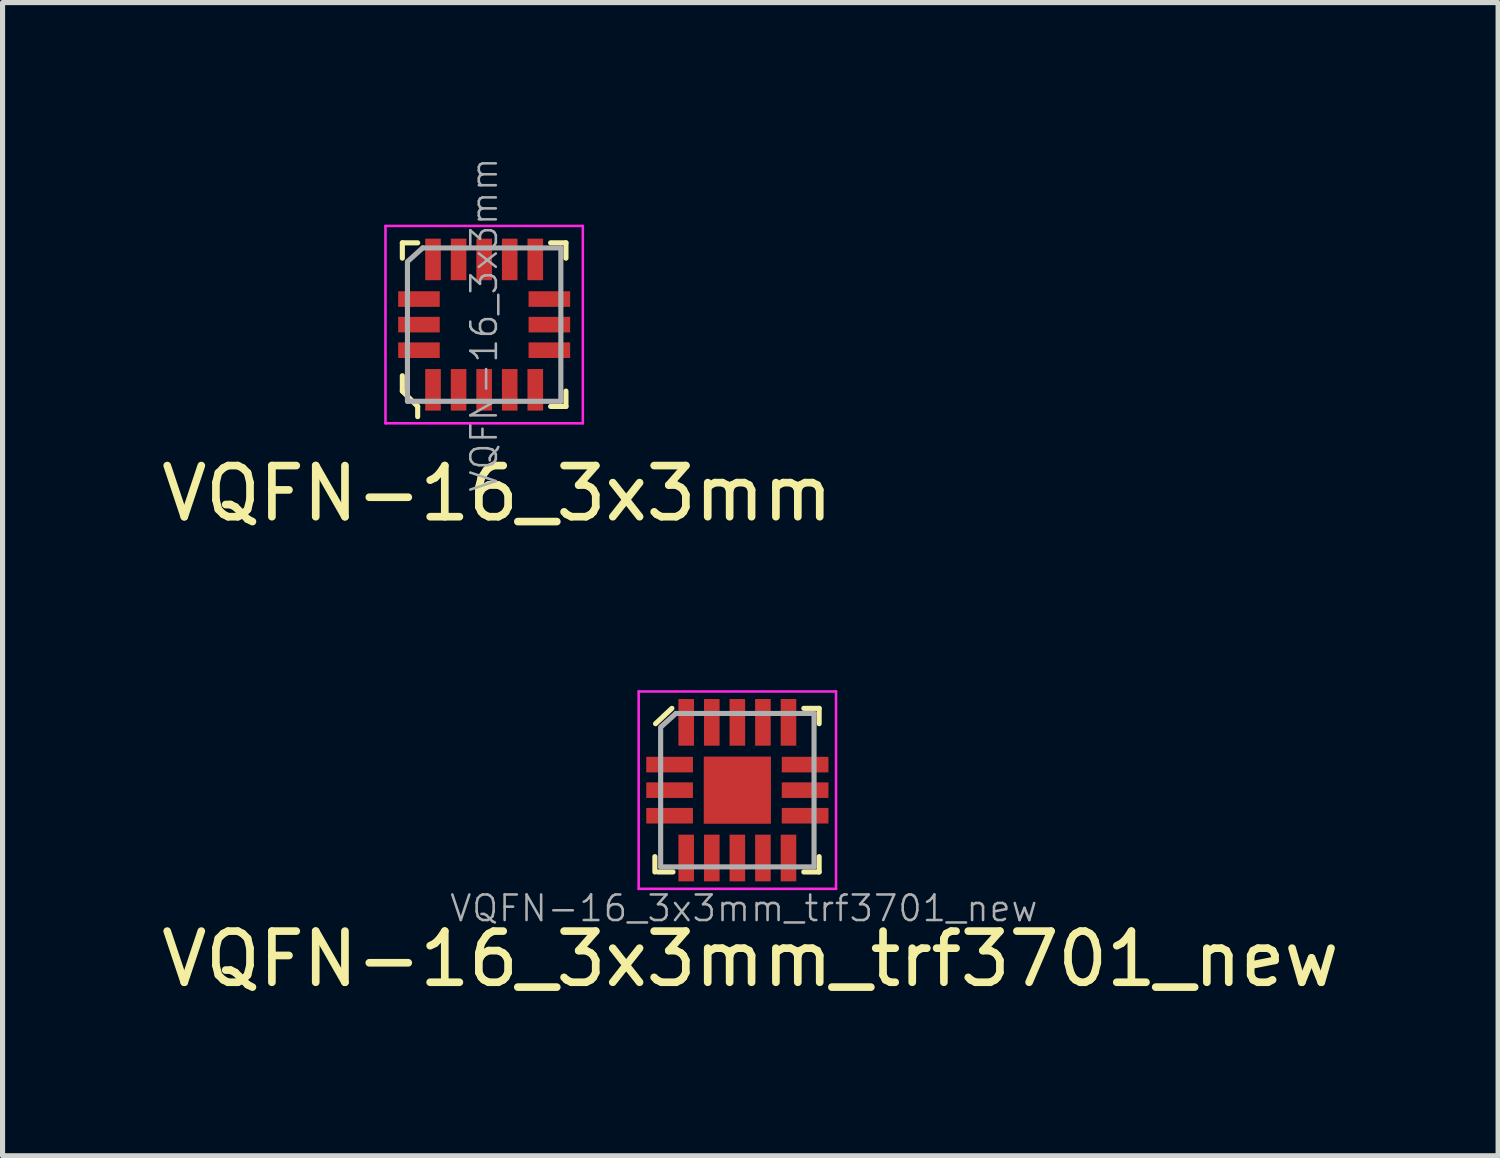
<source format=kicad_pcb>
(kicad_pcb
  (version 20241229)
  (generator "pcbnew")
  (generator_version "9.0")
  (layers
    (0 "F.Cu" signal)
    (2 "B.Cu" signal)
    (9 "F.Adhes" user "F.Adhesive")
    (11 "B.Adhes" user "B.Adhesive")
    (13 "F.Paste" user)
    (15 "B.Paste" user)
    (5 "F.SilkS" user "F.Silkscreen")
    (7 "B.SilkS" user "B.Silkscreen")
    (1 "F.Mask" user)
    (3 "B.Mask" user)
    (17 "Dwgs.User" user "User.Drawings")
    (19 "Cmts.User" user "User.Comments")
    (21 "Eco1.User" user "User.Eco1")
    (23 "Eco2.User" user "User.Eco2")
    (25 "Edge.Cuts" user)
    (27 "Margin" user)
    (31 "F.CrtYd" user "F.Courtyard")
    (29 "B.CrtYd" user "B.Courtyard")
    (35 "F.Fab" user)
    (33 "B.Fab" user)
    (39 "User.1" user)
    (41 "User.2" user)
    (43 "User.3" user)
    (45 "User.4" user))
  (footprint "VQFN-16_3x3mm_trf3701_new"
    (layer "F.Cu")
    (at 11.371 11.642)
    (property "Reference" "VQFN-16_3x3mm_trf3701_new" (at 0.254 4.064 180) (layer "F.SilkS") (effects (font (size 1 1) (thickness 0.15))))
    (attr through_hole)
    (fp_line (start -1.613 2.362) (end -1.613 2.062) (stroke (width 0.1) (type solid)) (layer "F.SilkS"))
    (fp_line (start -1.28 -0.838) (end -1.6 -0.538) (stroke (width 0.1) (type solid)) (layer "F.SilkS"))
    (fp_line (start -1.258 2.362) (end -1.558 2.362) (stroke (width 0.1) (type solid)) (layer "F.SilkS"))
    (fp_line (start 1.6 -0.838) (end 1.3 -0.838) (stroke (width 0.1) (type solid)) (layer "F.SilkS"))
    (fp_line (start 1.6 -0.838) (end 1.6 -0.538) (stroke (width 0.1) (type solid)) (layer "F.SilkS"))
    (fp_line (start 1.6 2.362) (end 1.3 2.362) (stroke (width 0.1) (type solid)) (layer "F.SilkS"))
    (fp_line (start 1.6 2.362) (end 1.6 2.062) (stroke (width 0.1) (type solid)) (layer "F.SilkS"))
    (fp_line (start -1.93 -1.168) (end 1.93 -1.168) (stroke (width 0.05) (type solid)) (layer "F.CrtYd"))
    (fp_line (start -1.93 2.692) (end -1.93 -1.168) (stroke (width 0.05) (type solid)) (layer "F.CrtYd"))
    (fp_line (start -1.93 2.692) (end 1.93 2.692) (stroke (width 0.05) (type solid)) (layer "F.CrtYd"))
    (fp_line (start 1.93 2.692) (end 1.93 -1.168) (stroke (width 0.05) (type solid)) (layer "F.CrtYd"))
    (fp_line (start -1.5 2.262) (end -1.5 -0.438) (stroke (width 0.1) (type solid)) (layer "F.Fab"))
    (fp_line (start -1.2 -0.74) (end -1.5 -0.47) (stroke (width 0.1) (type solid)) (layer "F.Fab"))
    (fp_line (start 1.5 -0.738) (end -1.2 -0.738) (stroke (width 0.1) (type solid)) (layer "F.Fab"))
    (fp_line (start 1.5 -0.738) (end 1.5 2.262) (stroke (width 0.1) (type solid)) (layer "F.Fab"))
    (fp_line (start 1.5 2.262) (end -1.5 2.262) (stroke (width 0.1) (type solid)) (layer "F.Fab"))
    (fp_text user "${REFERENCE}" (at 0.127 3.073 180) (layer "F.Fab") (effects (font (size 0.5 0.5) (thickness 0.05))))
    (pad "1" smd rect (at -1 -0.564 90) (size 0.913 0.305) (layers "F.Cu" "F.Mask" "F.Paste"))
    (pad "2" smd rect (at -1.325 0.262 90) (size 0.305 0.913) (layers "F.Cu" "F.Mask" "F.Paste"))
    (pad "3" smd rect (at -1.325 0.762 90) (size 0.305 0.913) (layers "F.Cu" "F.Mask" "F.Paste"))
    (pad "4" smd rect (at -1.325 1.262 90) (size 0.305 0.913) (layers "F.Cu" "F.Mask" "F.Paste"))
    (pad "5" smd rect (at -1 2.089 90) (size 0.913 0.305) (layers "F.Cu" "F.Mask" "F.Paste"))
    (pad "6" smd rect (at -0.5 2.089 90) (size 0.913 0.305) (layers "F.Cu" "F.Mask" "F.Paste"))
    (pad "7" smd rect (at 0 2.089 90) (size 0.913 0.305) (layers "F.Cu" "F.Mask" "F.Paste"))
    (pad "8" smd rect (at 0.5 2.089 90) (size 0.913 0.305) (layers "F.Cu" "F.Mask" "F.Paste"))
    (pad "9" smd rect (at 1 2.089 90) (size 0.913 0.305) (layers "F.Cu" "F.Mask" "F.Paste"))
    (pad "10" smd rect (at 1.325 1.262 90) (size 0.305 0.913) (layers "F.Cu" "F.Mask" "F.Paste"))
    (pad "11" smd rect (at 1.325 0.762 90) (size 0.305 0.913) (layers "F.Cu" "F.Mask" "F.Paste"))
    (pad "12" smd rect (at 1.325 0.262 90) (size 0.305 0.913) (layers "F.Cu" "F.Mask" "F.Paste"))
    (pad "13" smd rect (at 1 -0.564 90) (size 0.913 0.305) (layers "F.Cu" "F.Mask" "F.Paste"))
    (pad "14" smd rect (at 0.5 -0.564 90) (size 0.913 0.305) (layers "F.Cu" "F.Mask" "F.Paste"))
    (pad "15" smd rect (at 0 -0.564 90) (size 0.913 0.305) (layers "F.Cu" "F.Mask" "F.Paste"))
    (pad "16" smd rect (at -0.5 -0.564 90) (size 0.913 0.305) (layers "F.Cu" "F.Mask" "F.Paste"))
    (pad "17" smd rect (at 0 0.762 90) (size 1.313 1.313) (layers "F.Cu" "F.Mask" "F.Paste")))
  (footprint "VQFN-16_3x3mm"
    (layer "F.Cu")
    (at 6.419 2.537)
    (property "Reference" "VQFN-16_3x3mm" (at 0.254 4.064 180) (layer "F.SilkS") (effects (font (size 1 1) (thickness 0.15))))
    (attr through_hole)
    (fp_line (start -1.6 -0.838) (end -1.6 -0.538) (stroke (width 0.1) (type solid)) (layer "F.SilkS"))
    (fp_line (start -1.6 -0.838) (end -1.3 -0.838) (stroke (width 0.1) (type solid)) (layer "F.SilkS"))
    (fp_line (start -1.6 1.762) (end -1.6 2.062) (stroke (width 0.1) (type solid)) (layer "F.SilkS"))
    (fp_line (start -1.6 2.062) (end -1.3 2.362) (stroke (width 0.1) (type solid)) (layer "F.SilkS"))
    (fp_line (start -1.3 2.362) (end -1.3 2.562) (stroke (width 0.1) (type solid)) (layer "F.SilkS"))
    (fp_line (start 1.6 -0.838) (end 1.3 -0.838) (stroke (width 0.1) (type solid)) (layer "F.SilkS"))
    (fp_line (start 1.6 -0.838) (end 1.6 -0.538) (stroke (width 0.1) (type solid)) (layer "F.SilkS"))
    (fp_line (start 1.6 2.362) (end 1.3 2.362) (stroke (width 0.1) (type solid)) (layer "F.SilkS"))
    (fp_line (start 1.6 2.362) (end 1.6 2.062) (stroke (width 0.1) (type solid)) (layer "F.SilkS"))
    (fp_line (start -1.93 -1.168) (end 1.93 -1.168) (stroke (width 0.05) (type solid)) (layer "F.CrtYd"))
    (fp_line (start -1.93 2.692) (end -1.93 -1.168) (stroke (width 0.05) (type solid)) (layer "F.CrtYd"))
    (fp_line (start -1.93 2.692) (end 1.93 2.692) (stroke (width 0.05) (type solid)) (layer "F.CrtYd"))
    (fp_line (start 1.93 2.692) (end 1.93 -1.168) (stroke (width 0.05) (type solid)) (layer "F.CrtYd"))
    (fp_line (start -1.5 2.262) (end -1.5 -0.438) (stroke (width 0.1) (type solid)) (layer "F.Fab"))
    (fp_line (start -1.2 -0.74) (end -1.5 -0.47) (stroke (width 0.1) (type solid)) (layer "F.Fab"))
    (fp_line (start 1.5 -0.738) (end -1.2 -0.738) (stroke (width 0.1) (type solid)) (layer "F.Fab"))
    (fp_line (start 1.5 -0.738) (end 1.5 2.262) (stroke (width 0.1) (type solid)) (layer "F.Fab"))
    (fp_line (start 1.5 2.262) (end -1.5 2.262) (stroke (width 0.1) (type solid)) (layer "F.Fab"))
    (fp_text user "${REFERENCE}" (at 0 0.762 90) (layer "F.Fab") (effects (font (size 0.5 0.5) (thickness 0.05))))
    (pad "1" smd rect (at -1.275 1.262 90) (size 0.305 0.813) (layers "F.Cu" "F.Mask" "F.Paste"))
    (pad "1" smd rect (at -1 2.037 90) (size 0.813 0.305) (layers "F.Cu" "F.Mask" "F.Paste"))
    (pad "2" smd rect (at -0.5 2.037 90) (size 0.813 0.305) (layers "F.Cu" "F.Mask" "F.Paste"))
    (pad "3" smd rect (at 0 2.037 90) (size 0.813 0.305) (layers "F.Cu" "F.Mask" "F.Paste"))
    (pad "4" smd rect (at 0.5 2.037 90) (size 0.813 0.305) (layers "F.Cu" "F.Mask" "F.Paste"))
    (pad "5" smd rect (at 1 2.037 90) (size 0.813 0.305) (layers "F.Cu" "F.Mask" "F.Paste"))
    (pad "6" smd rect (at 1.275 1.262 90) (size 0.305 0.813) (layers "F.Cu" "F.Mask" "F.Paste"))
    (pad "7" smd rect (at 1.275 0.762 90) (size 0.305 0.813) (layers "F.Cu" "F.Mask" "F.Paste"))
    (pad "8" smd rect (at 1.275 0.262 90) (size 0.305 0.813) (layers "F.Cu" "F.Mask" "F.Paste"))
    (pad "9" smd rect (at 1 -0.513 90) (size 0.813 0.305) (layers "F.Cu" "F.Mask" "F.Paste"))
    (pad "10" smd rect (at 0.5 -0.513 90) (size 0.813 0.305) (layers "F.Cu" "F.Mask" "F.Paste"))
    (pad "11" smd rect (at 0 -0.513 90) (size 0.813 0.305) (layers "F.Cu" "F.Mask" "F.Paste"))
    (pad "12" smd rect (at -0.5 -0.513 90) (size 0.813 0.305) (layers "F.Cu" "F.Mask" "F.Paste"))
    (pad "13" smd rect (at -1 -0.513 90) (size 0.813 0.305) (layers "F.Cu" "F.Mask" "F.Paste"))
    (pad "14" smd rect (at -1.275 0.262 90) (size 0.305 0.813) (layers "F.Cu" "F.Mask" "F.Paste"))
    (pad "15" smd rect (at -1.275 0.762 90) (size 0.305 0.813) (layers "F.Cu" "F.Mask" "F.Paste")))
  (gr_rect
    (start -3 -3)
    (end 26.25 19.554)
    (stroke (width 0.1) (type default))
    (fill no)
    (layer "Edge.Cuts")))
</source>
